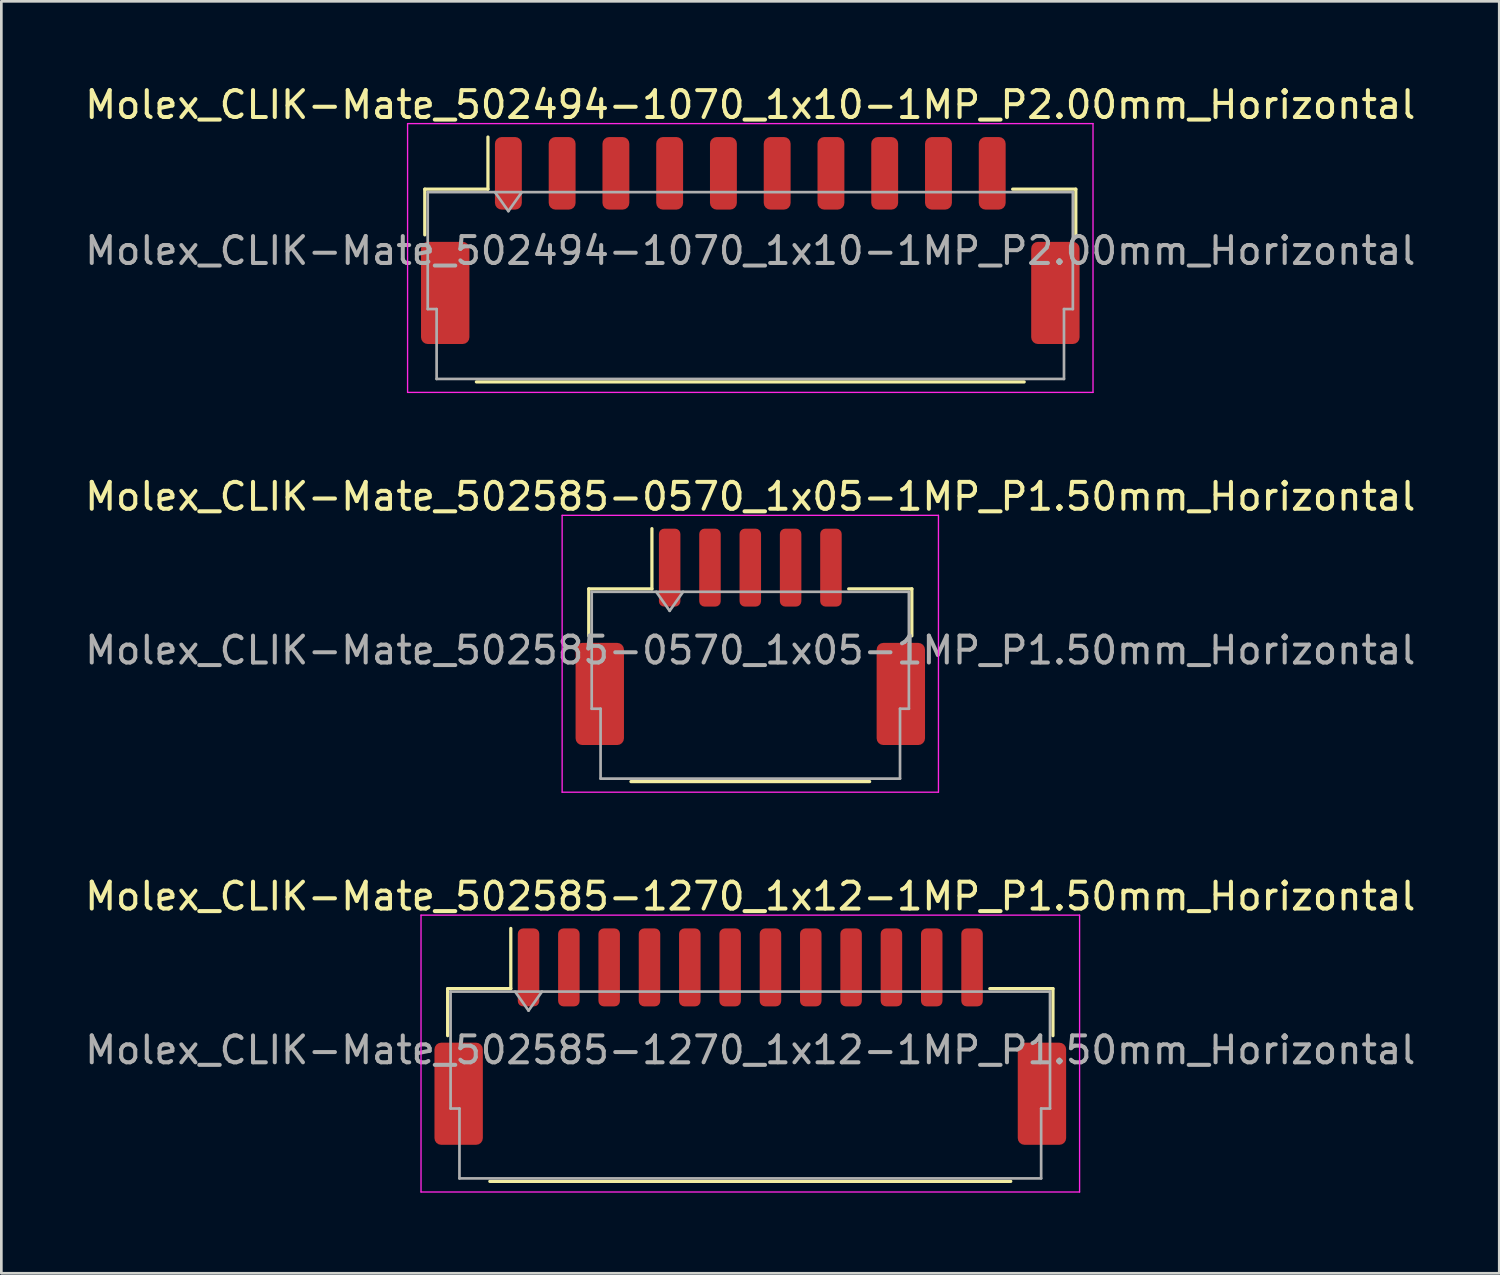
<source format=kicad_pcb>
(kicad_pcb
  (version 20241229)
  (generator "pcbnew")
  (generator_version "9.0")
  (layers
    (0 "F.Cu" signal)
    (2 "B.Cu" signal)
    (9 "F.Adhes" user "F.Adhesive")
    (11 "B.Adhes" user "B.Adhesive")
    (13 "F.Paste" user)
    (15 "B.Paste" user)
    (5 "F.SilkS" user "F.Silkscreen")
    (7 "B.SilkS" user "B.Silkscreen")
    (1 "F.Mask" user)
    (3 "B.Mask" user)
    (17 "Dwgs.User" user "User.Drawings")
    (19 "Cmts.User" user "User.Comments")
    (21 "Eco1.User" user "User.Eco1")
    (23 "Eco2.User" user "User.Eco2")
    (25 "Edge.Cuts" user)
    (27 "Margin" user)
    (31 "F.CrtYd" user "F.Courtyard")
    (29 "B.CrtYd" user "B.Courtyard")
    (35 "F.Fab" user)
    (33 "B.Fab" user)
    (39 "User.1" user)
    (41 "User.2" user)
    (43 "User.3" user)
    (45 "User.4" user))
  (footprint "Molex_CLIK-Mate_502585-1270_1x12-1MP_P1.50mm_Horizontal"
    (layer "F.Cu")
    (at 24.863 35.515)
    (property "Reference" "Molex_CLIK-Mate_502585-1270_1x12-1MP_P1.50mm_Horizontal" (at 0 -5.22 0) (layer "F.SilkS") (effects (font (size 1 1) (thickness 0.15))))
    (attr smd)
    (fp_line (start -11.26 -1.785) (end -8.91 -1.785) (stroke (width 0.12) (type solid)) (layer "F.SilkS"))
    (fp_line (start -11.26 -0.035) (end -11.26 -1.785) (stroke (width 0.12) (type solid)) (layer "F.SilkS"))
    (fp_line (start -9.69 5.385) (end 9.69 5.385) (stroke (width 0.12) (type solid)) (layer "F.SilkS"))
    (fp_line (start -8.91 -1.785) (end -8.91 -4.025) (stroke (width 0.12) (type solid)) (layer "F.SilkS"))
    (fp_line (start 11.26 -1.785) (end 8.91 -1.785) (stroke (width 0.12) (type solid)) (layer "F.SilkS"))
    (fp_line (start 11.26 -0.035) (end 11.26 -1.785) (stroke (width 0.12) (type solid)) (layer "F.SilkS"))
    (fp_line (start -12.25 -4.52) (end -12.25 5.78) (stroke (width 0.05) (type solid)) (layer "F.CrtYd"))
    (fp_line (start -12.25 5.78) (end 12.25 5.78) (stroke (width 0.05) (type solid)) (layer "F.CrtYd"))
    (fp_line (start 12.25 -4.52) (end -12.25 -4.52) (stroke (width 0.05) (type solid)) (layer "F.CrtYd"))
    (fp_line (start 12.25 5.78) (end 12.25 -4.52) (stroke (width 0.05) (type solid)) (layer "F.CrtYd"))
    (fp_line (start -11.15 -1.675) (end -11.15 2.675) (stroke (width 0.1) (type solid)) (layer "F.Fab"))
    (fp_line (start -11.15 -1.675) (end 11.15 -1.675) (stroke (width 0.1) (type solid)) (layer "F.Fab"))
    (fp_line (start -11.15 2.675) (end -10.82 2.675) (stroke (width 0.1) (type solid)) (layer "F.Fab"))
    (fp_line (start -10.82 2.675) (end -10.82 5.275) (stroke (width 0.1) (type solid)) (layer "F.Fab"))
    (fp_line (start -10.82 5.275) (end 10.82 5.275) (stroke (width 0.1) (type solid)) (layer "F.Fab"))
    (fp_line (start -8.75 -1.675) (end -8.25 -0.968) (stroke (width 0.1) (type solid)) (layer "F.Fab"))
    (fp_line (start -8.25 -0.968) (end -7.75 -1.675) (stroke (width 0.1) (type solid)) (layer "F.Fab"))
    (fp_line (start 10.82 2.675) (end 11.15 2.675) (stroke (width 0.1) (type solid)) (layer "F.Fab"))
    (fp_line (start 10.82 5.275) (end 10.82 2.675) (stroke (width 0.1) (type solid)) (layer "F.Fab"))
    (fp_line (start 11.15 -1.675) (end 11.15 2.675) (stroke (width 0.1) (type solid)) (layer "F.Fab"))
    (fp_text user "${REFERENCE}" (at 0 0.5 0) (layer "F.Fab") (effects (font (size 1 1) (thickness 0.15))))
    (pad "1" smd roundrect (at -8.25 -2.575) (size 0.8 2.9) (layers "F.Cu" "F.Mask" "F.Paste") (roundrect_rratio 0.25))
    (pad "2" smd roundrect (at -6.75 -2.575) (size 0.8 2.9) (layers "F.Cu" "F.Mask" "F.Paste") (roundrect_rratio 0.25))
    (pad "3" smd roundrect (at -5.25 -2.575) (size 0.8 2.9) (layers "F.Cu" "F.Mask" "F.Paste") (roundrect_rratio 0.25))
    (pad "4" smd roundrect (at -3.75 -2.575) (size 0.8 2.9) (layers "F.Cu" "F.Mask" "F.Paste") (roundrect_rratio 0.25))
    (pad "5" smd roundrect (at -2.25 -2.575) (size 0.8 2.9) (layers "F.Cu" "F.Mask" "F.Paste") (roundrect_rratio 0.25))
    (pad "6" smd roundrect (at -0.75 -2.575) (size 0.8 2.9) (layers "F.Cu" "F.Mask" "F.Paste") (roundrect_rratio 0.25))
    (pad "7" smd roundrect (at 0.75 -2.575) (size 0.8 2.9) (layers "F.Cu" "F.Mask" "F.Paste") (roundrect_rratio 0.25))
    (pad "8" smd roundrect (at 2.25 -2.575) (size 0.8 2.9) (layers "F.Cu" "F.Mask" "F.Paste") (roundrect_rratio 0.25))
    (pad "9" smd roundrect (at 3.75 -2.575) (size 0.8 2.9) (layers "F.Cu" "F.Mask" "F.Paste") (roundrect_rratio 0.25))
    (pad "10" smd roundrect (at 5.25 -2.575) (size 0.8 2.9) (layers "F.Cu" "F.Mask" "F.Paste") (roundrect_rratio 0.25))
    (pad "11" smd roundrect (at 6.75 -2.575) (size 0.8 2.9) (layers "F.Cu" "F.Mask" "F.Paste") (roundrect_rratio 0.25))
    (pad "12" smd roundrect (at 8.25 -2.575) (size 0.8 2.9) (layers "F.Cu" "F.Mask" "F.Paste") (roundrect_rratio 0.25))
    (pad "MP" smd roundrect (at -10.85 2.125) (size 1.8 3.8) (layers "F.Cu" "F.Mask" "F.Paste") (roundrect_rratio 0.139))
    (pad "MP" smd roundrect (at 10.85 2.125) (size 1.8 3.8) (layers "F.Cu" "F.Mask" "F.Paste") (roundrect_rratio 0.139)))
  (footprint "Molex_CLIK-Mate_502494-1070_1x10-1MP_P2.00mm_Horizontal"
    (layer "F.Cu")
    (at 24.863 5.898)
    (property "Reference" "Molex_CLIK-Mate_502494-1070_1x10-1MP_P2.00mm_Horizontal" (at 0 -5.05 0) (layer "F.SilkS") (effects (font (size 1 1) (thickness 0.15))))
    (attr smd)
    (fp_line (start -12.11 -1.91) (end -9.76 -1.91) (stroke (width 0.12) (type solid)) (layer "F.SilkS"))
    (fp_line (start -12.11 -0.21) (end -12.11 -1.91) (stroke (width 0.12) (type solid)) (layer "F.SilkS"))
    (fp_line (start -10.19 5.26) (end 10.19 5.26) (stroke (width 0.12) (type solid)) (layer "F.SilkS"))
    (fp_line (start -9.76 -1.91) (end -9.76 -3.85) (stroke (width 0.12) (type solid)) (layer "F.SilkS"))
    (fp_line (start 12.11 -1.91) (end 9.76 -1.91) (stroke (width 0.12) (type solid)) (layer "F.SilkS"))
    (fp_line (start 12.11 -0.21) (end 12.11 -1.91) (stroke (width 0.12) (type solid)) (layer "F.SilkS"))
    (fp_line (start -12.75 -4.35) (end -12.75 5.65) (stroke (width 0.05) (type solid)) (layer "F.CrtYd"))
    (fp_line (start -12.75 5.65) (end 12.75 5.65) (stroke (width 0.05) (type solid)) (layer "F.CrtYd"))
    (fp_line (start 12.75 -4.35) (end -12.75 -4.35) (stroke (width 0.05) (type solid)) (layer "F.CrtYd"))
    (fp_line (start 12.75 5.65) (end 12.75 -4.35) (stroke (width 0.05) (type solid)) (layer "F.CrtYd"))
    (fp_line (start -12 -1.8) (end -12 2.55) (stroke (width 0.1) (type solid)) (layer "F.Fab"))
    (fp_line (start -12 -1.8) (end 12 -1.8) (stroke (width 0.1) (type solid)) (layer "F.Fab"))
    (fp_line (start -12 2.55) (end -11.67 2.55) (stroke (width 0.1) (type solid)) (layer "F.Fab"))
    (fp_line (start -11.67 2.55) (end -11.67 5.15) (stroke (width 0.1) (type solid)) (layer "F.Fab"))
    (fp_line (start -11.67 5.15) (end 11.67 5.15) (stroke (width 0.1) (type solid)) (layer "F.Fab"))
    (fp_line (start -9.5 -1.8) (end -9 -1.093) (stroke (width 0.1) (type solid)) (layer "F.Fab"))
    (fp_line (start -9 -1.093) (end -8.5 -1.8) (stroke (width 0.1) (type solid)) (layer "F.Fab"))
    (fp_line (start 11.67 2.55) (end 12 2.55) (stroke (width 0.1) (type solid)) (layer "F.Fab"))
    (fp_line (start 11.67 5.15) (end 11.67 2.55) (stroke (width 0.1) (type solid)) (layer "F.Fab"))
    (fp_line (start 12 -1.8) (end 12 2.55) (stroke (width 0.1) (type solid)) (layer "F.Fab"))
    (fp_text user "${REFERENCE}" (at 0 0.38 0) (layer "F.Fab") (effects (font (size 1 1) (thickness 0.15))))
    (pad "1" smd roundrect (at -9 -2.5) (size 1 2.7) (layers "F.Cu" "F.Mask" "F.Paste") (roundrect_rratio 0.25))
    (pad "2" smd roundrect (at -7 -2.5) (size 1 2.7) (layers "F.Cu" "F.Mask" "F.Paste") (roundrect_rratio 0.25))
    (pad "3" smd roundrect (at -5 -2.5) (size 1 2.7) (layers "F.Cu" "F.Mask" "F.Paste") (roundrect_rratio 0.25))
    (pad "4" smd roundrect (at -3 -2.5) (size 1 2.7) (layers "F.Cu" "F.Mask" "F.Paste") (roundrect_rratio 0.25))
    (pad "5" smd roundrect (at -1 -2.5) (size 1 2.7) (layers "F.Cu" "F.Mask" "F.Paste") (roundrect_rratio 0.25))
    (pad "6" smd roundrect (at 1 -2.5) (size 1 2.7) (layers "F.Cu" "F.Mask" "F.Paste") (roundrect_rratio 0.25))
    (pad "7" smd roundrect (at 3 -2.5) (size 1 2.7) (layers "F.Cu" "F.Mask" "F.Paste") (roundrect_rratio 0.25))
    (pad "8" smd roundrect (at 5 -2.5) (size 1 2.7) (layers "F.Cu" "F.Mask" "F.Paste") (roundrect_rratio 0.25))
    (pad "9" smd roundrect (at 7 -2.5) (size 1 2.7) (layers "F.Cu" "F.Mask" "F.Paste") (roundrect_rratio 0.25))
    (pad "10" smd roundrect (at 9 -2.5) (size 1 2.7) (layers "F.Cu" "F.Mask" "F.Paste") (roundrect_rratio 0.25))
    (pad "MP" smd roundrect (at -11.35 1.95) (size 1.8 3.8) (layers "F.Cu" "F.Mask" "F.Paste") (roundrect_rratio 0.139))
    (pad "MP" smd roundrect (at 11.35 1.95) (size 1.8 3.8) (layers "F.Cu" "F.Mask" "F.Paste") (roundrect_rratio 0.139)))
  (footprint "Molex_CLIK-Mate_502585-0570_1x05-1MP_P1.50mm_Horizontal"
    (layer "F.Cu")
    (at 24.863 20.642)
    (property "Reference" "Molex_CLIK-Mate_502585-0570_1x05-1MP_P1.50mm_Horizontal" (at 0 -5.22 0) (layer "F.SilkS") (effects (font (size 1 1) (thickness 0.15))))
    (attr smd)
    (fp_line (start -6.01 -1.785) (end -3.66 -1.785) (stroke (width 0.12) (type solid)) (layer "F.SilkS"))
    (fp_line (start -6.01 -0.035) (end -6.01 -1.785) (stroke (width 0.12) (type solid)) (layer "F.SilkS"))
    (fp_line (start -4.44 5.385) (end 4.44 5.385) (stroke (width 0.12) (type solid)) (layer "F.SilkS"))
    (fp_line (start -3.66 -1.785) (end -3.66 -4.025) (stroke (width 0.12) (type solid)) (layer "F.SilkS"))
    (fp_line (start 6.01 -1.785) (end 3.66 -1.785) (stroke (width 0.12) (type solid)) (layer "F.SilkS"))
    (fp_line (start 6.01 -0.035) (end 6.01 -1.785) (stroke (width 0.12) (type solid)) (layer "F.SilkS"))
    (fp_line (start -7 -4.52) (end -7 5.78) (stroke (width 0.05) (type solid)) (layer "F.CrtYd"))
    (fp_line (start -7 5.78) (end 7 5.78) (stroke (width 0.05) (type solid)) (layer "F.CrtYd"))
    (fp_line (start 7 -4.52) (end -7 -4.52) (stroke (width 0.05) (type solid)) (layer "F.CrtYd"))
    (fp_line (start 7 5.78) (end 7 -4.52) (stroke (width 0.05) (type solid)) (layer "F.CrtYd"))
    (fp_line (start -5.9 -1.675) (end -5.9 2.675) (stroke (width 0.1) (type solid)) (layer "F.Fab"))
    (fp_line (start -5.9 -1.675) (end 5.9 -1.675) (stroke (width 0.1) (type solid)) (layer "F.Fab"))
    (fp_line (start -5.9 2.675) (end -5.57 2.675) (stroke (width 0.1) (type solid)) (layer "F.Fab"))
    (fp_line (start -5.57 2.675) (end -5.57 5.275) (stroke (width 0.1) (type solid)) (layer "F.Fab"))
    (fp_line (start -5.57 5.275) (end 5.57 5.275) (stroke (width 0.1) (type solid)) (layer "F.Fab"))
    (fp_line (start -3.5 -1.675) (end -3 -0.968) (stroke (width 0.1) (type solid)) (layer "F.Fab"))
    (fp_line (start -3 -0.968) (end -2.5 -1.675) (stroke (width 0.1) (type solid)) (layer "F.Fab"))
    (fp_line (start 5.57 2.675) (end 5.9 2.675) (stroke (width 0.1) (type solid)) (layer "F.Fab"))
    (fp_line (start 5.57 5.275) (end 5.57 2.675) (stroke (width 0.1) (type solid)) (layer "F.Fab"))
    (fp_line (start 5.9 -1.675) (end 5.9 2.675) (stroke (width 0.1) (type solid)) (layer "F.Fab"))
    (fp_text user "${REFERENCE}" (at 0 0.5 0) (layer "F.Fab") (effects (font (size 1 1) (thickness 0.15))))
    (pad "1" smd roundrect (at -3 -2.575) (size 0.8 2.9) (layers "F.Cu" "F.Mask" "F.Paste") (roundrect_rratio 0.25))
    (pad "2" smd roundrect (at -1.5 -2.575) (size 0.8 2.9) (layers "F.Cu" "F.Mask" "F.Paste") (roundrect_rratio 0.25))
    (pad "3" smd roundrect (at 0 -2.575) (size 0.8 2.9) (layers "F.Cu" "F.Mask" "F.Paste") (roundrect_rratio 0.25))
    (pad "4" smd roundrect (at 1.5 -2.575) (size 0.8 2.9) (layers "F.Cu" "F.Mask" "F.Paste") (roundrect_rratio 0.25))
    (pad "5" smd roundrect (at 3 -2.575) (size 0.8 2.9) (layers "F.Cu" "F.Mask" "F.Paste") (roundrect_rratio 0.25))
    (pad "MP" smd roundrect (at -5.6 2.125) (size 1.8 3.8) (layers "F.Cu" "F.Mask" "F.Paste") (roundrect_rratio 0.139))
    (pad "MP" smd roundrect (at 5.6 2.125) (size 1.8 3.8) (layers "F.Cu" "F.Mask" "F.Paste") (roundrect_rratio 0.139)))
  (gr_rect
    (start -3 -3)
    (end 52.726 44.32)
    (stroke (width 0.1) (type default))
    (fill no)
    (layer "Edge.Cuts")))
</source>
